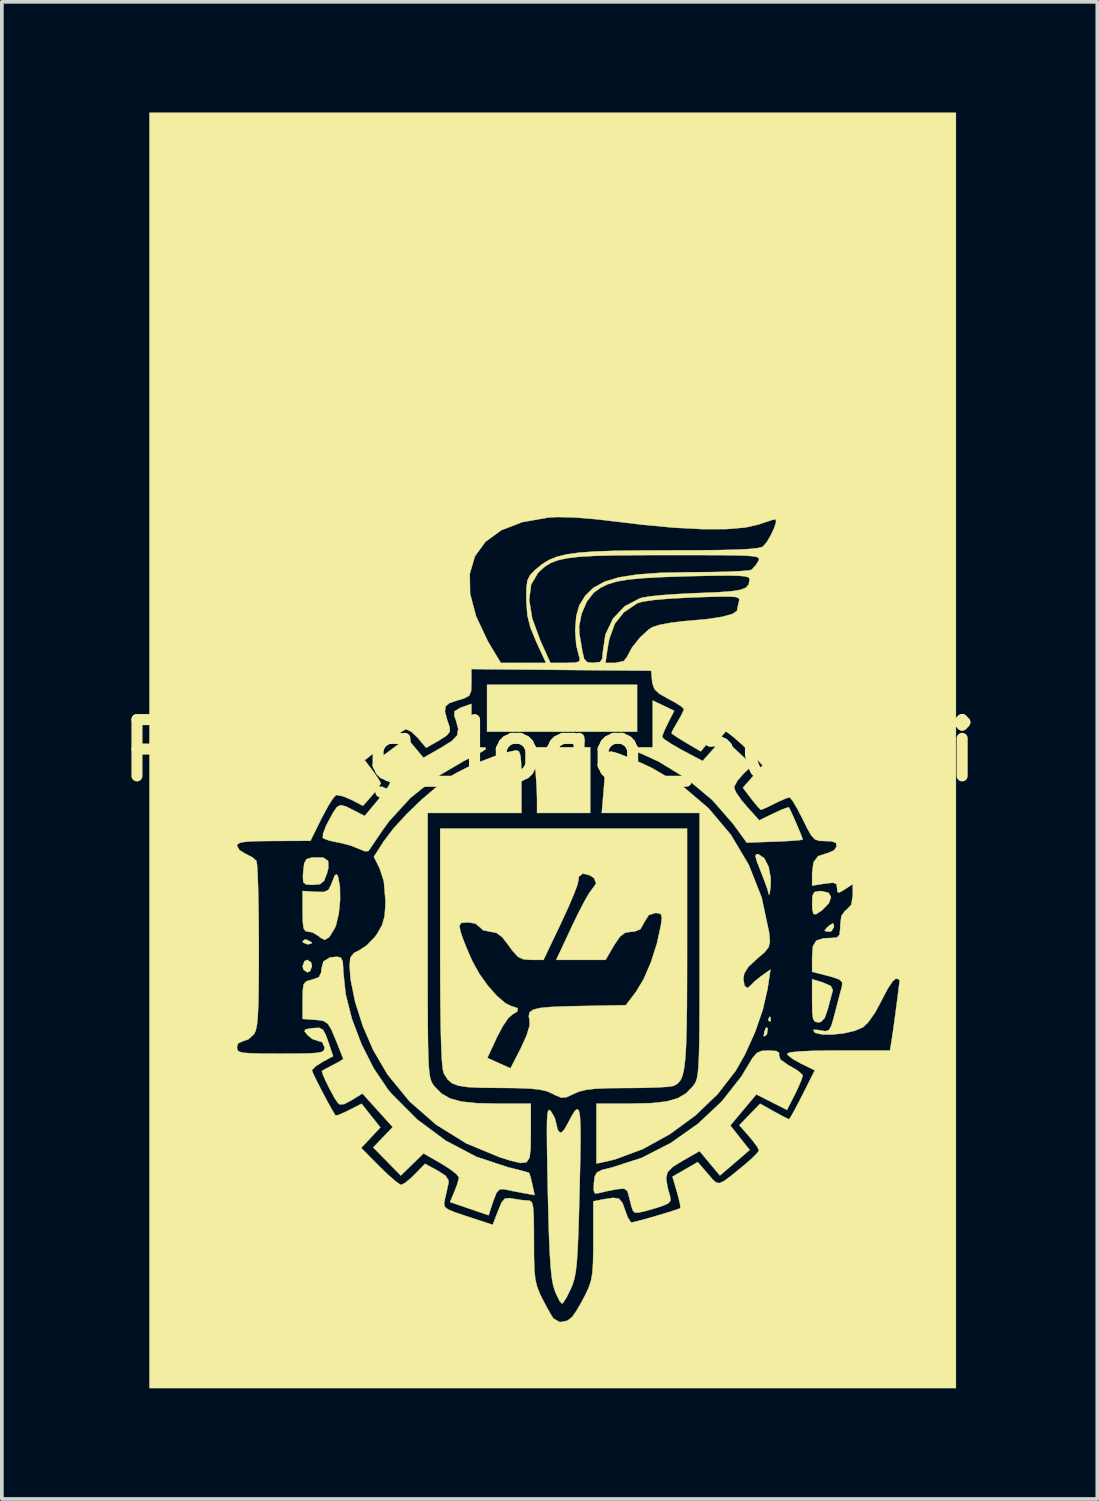
<source format=kicad_pcb>
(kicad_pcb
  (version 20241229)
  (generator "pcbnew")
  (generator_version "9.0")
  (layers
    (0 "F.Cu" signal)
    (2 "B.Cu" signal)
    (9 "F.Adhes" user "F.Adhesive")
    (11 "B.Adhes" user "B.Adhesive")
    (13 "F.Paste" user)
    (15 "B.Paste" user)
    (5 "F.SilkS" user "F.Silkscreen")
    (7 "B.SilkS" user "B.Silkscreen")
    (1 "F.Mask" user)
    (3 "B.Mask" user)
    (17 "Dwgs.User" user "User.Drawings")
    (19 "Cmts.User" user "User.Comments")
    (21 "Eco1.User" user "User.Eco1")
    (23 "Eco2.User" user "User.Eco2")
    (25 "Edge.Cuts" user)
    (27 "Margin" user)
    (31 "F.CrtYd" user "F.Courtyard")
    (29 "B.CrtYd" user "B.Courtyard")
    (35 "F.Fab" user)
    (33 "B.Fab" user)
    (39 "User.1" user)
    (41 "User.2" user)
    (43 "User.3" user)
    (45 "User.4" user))
  (footprint "PŁ_neg_logo_300dpi"
    (layer "F.Cu")
    (at 11.836 17.277)
    (property "Reference" "PŁ_neg_logo_300dpi" (at 0 0 0) (layer "F.SilkS") (effects (font (size 1.524 1.524) (thickness 0.3))))
    (attr through_hole)
    (fp_poly (pts (xy 2.371 -0.508) (xy -1.693 -0.508) (xy -1.693 -1.778) (xy 2.371 -1.778) (xy 2.371 -0.508)) (stroke (width 0.01) (type solid)) (fill yes) (layer "F.SilkS"))
    (fp_poly (pts (xy 5.983 7.225) (xy 5.993 7.325) (xy 5.983 7.338) (xy 5.933 7.326) (xy 5.927 7.281) (xy 5.958 7.212) (xy 5.983 7.225)) (stroke (width 0.01) (type solid)) (fill yes) (layer "F.SilkS"))
    (fp_poly (pts (xy 5.909 7.524) (xy 5.89 7.677) (xy 5.856 7.724) (xy 5.801 7.746) (xy 5.817 7.622) (xy 5.819 7.613) (xy 5.869 7.5) (xy 5.909 7.524)) (stroke (width 0.01) (type solid)) (fill yes) (layer "F.SilkS"))
    (fp_poly (pts (xy -6.562 5.134) (xy -6.45 5.194) (xy -6.435 5.216) (xy -6.504 5.246) (xy -6.562 5.249) (xy -6.674 5.205) (xy -6.689 5.167) (xy -6.627 5.121) (xy -6.562 5.134)) (stroke (width 0.01) (type solid)) (fill yes) (layer "F.SilkS"))
    (fp_poly (pts (xy -6.458 5.743) (xy -6.435 5.842) (xy -6.488 5.98) (xy -6.562 6.011) (xy -6.665 5.941) (xy -6.689 5.842) (xy -6.636 5.704) (xy -6.562 5.673) (xy -6.458 5.743)) (stroke (width 0.01) (type solid)) (fill yes) (layer "F.SilkS"))
    (fp_poly (pts (xy 1.101 1.693) (xy -0.339 1.693) (xy -0.339 1.325) (xy -0.348 1.028) (xy -0.372 0.664) (xy -0.393 0.436) (xy -0.447 -0.085) (xy 1.101 -0.085) (xy 1.101 1.693)) (stroke (width 0.01) (type solid)) (fill yes) (layer "F.SilkS"))
    (fp_poly (pts (xy 7.705 4.76) (xy 7.705 4.773) (xy 7.641 4.892) (xy 7.578 4.911) (xy 7.465 4.893) (xy 7.451 4.879) (xy 7.507 4.806) (xy 7.578 4.741) (xy 7.678 4.682) (xy 7.705 4.76)) (stroke (width 0.01) (type solid)) (fill yes) (layer "F.SilkS"))
    (fp_poly (pts (xy 7.56 3.856) (xy 7.624 3.975) (xy 7.565 4.14) (xy 7.389 4.323) (xy 7.218 4.437) (xy 7.147 4.428) (xy 7.116 4.283) (xy 7.112 4.154) (xy 7.122 3.934) (xy 7.174 3.836) (xy 7.306 3.811) (xy 7.366 3.81) (xy 7.56 3.856)) (stroke (width 0.01) (type solid)) (fill yes) (layer "F.SilkS"))
    (fp_poly (pts (xy 5.658 2.811) (xy 5.817 2.921) (xy 5.934 3.152) (xy 5.991 3.458) (xy 5.989 3.662) (xy 5.966 3.85) (xy 5.946 3.916) (xy 5.939 3.895) (xy 5.9 3.752) (xy 5.813 3.512) (xy 5.721 3.276) (xy 5.616 3.008) (xy 5.577 2.864) (xy 5.601 2.81) (xy 5.658 2.811)) (stroke (width 0.01) (type solid)) (fill yes) (layer "F.SilkS"))
    (fp_poly (pts (xy -6.126 2.904) (xy -5.998 2.994) (xy -5.992 3.188) (xy -6.028 3.327) (xy -6.109 3.533) (xy -6.217 3.622) (xy -6.411 3.641) (xy -6.591 3.632) (xy -6.669 3.576) (xy -6.682 3.424) (xy -6.672 3.281) (xy -6.645 3.053) (xy -6.582 2.944) (xy -6.446 2.904) (xy -6.392 2.899) (xy -6.126 2.904)) (stroke (width 0.01) (type solid)) (fill yes) (layer "F.SilkS"))
    (fp_poly (pts (xy 7.409 6.288) (xy 7.618 6.381) (xy 7.673 6.492) (xy 7.668 6.513) (xy 7.624 6.676) (xy 7.559 6.921) (xy 7.537 7.006) (xy 7.452 7.248) (xy 7.348 7.354) (xy 7.278 7.366) (xy 7.19 7.349) (xy 7.14 7.274) (xy 7.118 7.104) (xy 7.112 6.803) (xy 7.112 6.781) (xy 7.112 6.197) (xy 7.409 6.288)) (stroke (width 0.01) (type solid)) (fill yes) (layer "F.SilkS"))
    (fp_poly (pts (xy -5.73 3.42) (xy -5.679 3.687) (xy -5.673 4.043) (xy -5.709 4.414) (xy -5.782 4.727) (xy -5.821 4.821) (xy -5.964 5.053) (xy -6.089 5.132) (xy -6.217 5.067) (xy -6.248 5.034) (xy -6.422 4.928) (xy -6.523 4.911) (xy -6.613 4.893) (xy -6.663 4.814) (xy -6.684 4.637) (xy -6.689 4.359) (xy -6.689 3.807) (xy -6.338 3.83) (xy -6.112 3.833) (xy -5.991 3.779) (xy -5.913 3.63) (xy -5.888 3.561) (xy -5.817 3.384) (xy -5.766 3.356) (xy -5.73 3.42)) (stroke (width 0.01) (type solid)) (fill yes) (layer "F.SilkS"))
    (fp_poly (pts (xy 3.085 -1.213) (xy 3.377 -1.074) (xy 3.212 -0.752) (xy 3.111 -0.538) (xy 3.053 -0.389) (xy 3.049 -0.363) (xy 3.118 -0.294) (xy 3.302 -0.173) (xy 3.561 -0.025) (xy 3.597 -0.005) (xy 4.146 0.286) (xy 4.422 -0.025) (xy 4.699 -0.335) (xy 5.097 0.033) (xy 5.494 0.4) (xy 5.245 0.639) (xy 5.087 0.822) (xy 5.003 0.98) (xy 4.999 1.011) (xy 5.054 1.142) (xy 5.195 1.344) (xy 5.341 1.518) (xy 5.68 1.893) (xy 6.068 1.705) (xy 6.292 1.602) (xy 6.445 1.546) (xy 6.482 1.543) (xy 6.527 1.629) (xy 6.612 1.814) (xy 6.711 2.041) (xy 6.799 2.253) (xy 6.852 2.391) (xy 6.858 2.414) (xy 6.78 2.43) (xy 6.57 2.447) (xy 6.267 2.464) (xy 6.099 2.47) (xy 5.341 2.498) (xy 4.978 1.997) (xy 4.412 1.347) (xy 3.723 0.771) (xy 2.952 0.3) (xy 2.549 0.115) (xy 2.074 -0.081) (xy 2.434 -0.083) (xy 2.794 -0.085) (xy 2.794 -1.352) (xy 3.085 -1.213)) (stroke (width 0.01) (type solid)) (fill yes) (layer "F.SilkS"))
    (fp_poly (pts (xy 0.796 9.761) (xy 0.824 9.915) (xy 0.837 10.188) (xy 0.839 10.593) (xy 0.83 11.141) (xy 0.814 11.846) (xy 0.813 11.905) (xy 0.795 12.596) (xy 0.777 13.14) (xy 0.759 13.559) (xy 0.737 13.877) (xy 0.71 14.115) (xy 0.676 14.296) (xy 0.633 14.442) (xy 0.578 14.577) (xy 0.575 14.584) (xy 0.463 14.811) (xy 0.371 14.956) (xy 0.336 14.986) (xy 0.273 14.914) (xy 0.183 14.733) (xy 0.14 14.626) (xy 0.096 14.479) (xy 0.06 14.278) (xy 0.031 14.002) (xy 0.006 13.632) (xy -0.015 13.148) (xy -0.033 12.531) (xy -0.047 11.938) (xy -0.061 11.25) (xy -0.069 10.715) (xy -0.072 10.315) (xy -0.069 10.034) (xy -0.058 9.855) (xy -0.039 9.761) (xy -0.012 9.735) (xy 0.025 9.76) (xy 0.037 9.774) (xy 0.141 9.953) (xy 0.171 10.07) (xy 0.216 10.26) (xy 0.247 10.321) (xy 0.313 10.359) (xy 0.401 10.268) (xy 0.499 10.094) (xy 0.605 9.893) (xy 0.688 9.762) (xy 0.751 9.714) (xy 0.796 9.761)) (stroke (width 0.01) (type solid)) (fill yes) (layer "F.SilkS"))
    (fp_poly (pts (xy -2.117 -0.085) (xy -1.841 -0.084) (xy -1.736 -0.075) (xy -1.725 -0.041) (xy -1.825 0.03) (xy -2.051 0.151) (xy -2.329 0.289) (xy -3.087 0.736) (xy -3.773 1.29) (xy -4.348 1.918) (xy -4.534 2.175) (xy -4.704 2.428) (xy -4.838 2.625) (xy -4.907 2.724) (xy -4.908 2.725) (xy -5.005 2.73) (xy -5.165 2.665) (xy -5.387 2.576) (xy -5.671 2.504) (xy -5.737 2.492) (xy -5.969 2.442) (xy -6.12 2.384) (xy -6.143 2.364) (xy -6.134 2.251) (xy -6.059 2.054) (xy -6.018 1.971) (xy -5.865 1.687) (xy -5.756 1.53) (xy -5.655 1.48) (xy -5.522 1.515) (xy -5.352 1.599) (xy -5.008 1.775) (xy -4.663 1.362) (xy -4.484 1.137) (xy -4.359 0.96) (xy -4.318 0.877) (xy -4.367 0.769) (xy -4.488 0.594) (xy -4.52 0.553) (xy -4.722 0.301) (xy -3.864 -0.338) (xy -3.64 -0.07) (xy -3.416 0.199) (xy -2.927 -0.081) (xy -2.648 -0.256) (xy -2.503 -0.408) (xy -2.474 -0.586) (xy -2.542 -0.836) (xy -2.582 -0.942) (xy -2.572 -1.061) (xy -2.419 -1.155) (xy -2.376 -1.171) (xy -2.117 -1.261) (xy -2.117 -0.085)) (stroke (width 0.01) (type solid)) (fill yes) (layer "F.SilkS"))
    (fp_poly (pts (xy 1.757 0.049) (xy 1.931 0.108) (xy 2.211 0.222) (xy 2.555 0.374) (xy 2.788 0.484) (xy 3.596 0.962) (xy 4.309 1.569) (xy 4.913 2.287) (xy 5.396 3.099) (xy 5.745 3.984) (xy 5.946 4.926) (xy 5.952 4.975) (xy 5.968 5.188) (xy 5.932 5.335) (xy 5.817 5.475) (xy 5.622 5.641) (xy 5.387 5.86) (xy 5.273 6.043) (xy 5.249 6.191) (xy 5.282 6.377) (xy 5.363 6.436) (xy 5.459 6.354) (xy 5.557 6.253) (xy 5.73 6.115) (xy 5.746 6.104) (xy 5.983 5.936) (xy 5.905 6.46) (xy 5.778 7.017) (xy 5.566 7.631) (xy 5.294 8.234) (xy 5.042 8.677) (xy 4.557 9.305) (xy 3.952 9.886) (xy 3.263 10.391) (xy 2.53 10.796) (xy 1.789 11.072) (xy 1.545 11.132) (xy 1.27 11.189) (xy 1.27 9.567) (xy 2.204 9.567) (xy 2.751 9.554) (xy 3.162 9.509) (xy 3.467 9.423) (xy 3.698 9.288) (xy 3.88 9.101) (xy 3.925 9.04) (xy 3.962 8.974) (xy 3.991 8.884) (xy 4.015 8.756) (xy 4.032 8.573) (xy 4.045 8.319) (xy 4.054 7.978) (xy 4.06 7.535) (xy 4.063 6.973) (xy 4.064 6.276) (xy 4.064 5.429) (xy 4.064 5.28) (xy 4.064 1.693) (xy 1.414 1.693) (xy 1.469 1.046) (xy 1.496 0.704) (xy 1.515 0.405) (xy 1.524 0.21) (xy 1.524 0.197) (xy 1.546 0.058) (xy 1.647 0.029) (xy 1.757 0.049)) (stroke (width 0.01) (type solid)) (fill yes) (layer "F.SilkS"))
    (fp_poly (pts (xy 6.146 8.143) (xy 6.221 8.197) (xy 6.213 8.25) (xy 6.254 8.373) (xy 6.46 8.52) (xy 6.512 8.548) (xy 6.719 8.67) (xy 6.842 8.777) (xy 6.858 8.81) (xy 6.822 8.928) (xy 6.73 9.141) (xy 6.645 9.317) (xy 6.431 9.738) (xy 6.016 9.527) (xy 5.601 9.317) (xy 5.248 9.738) (xy 4.896 10.159) (xy 5.158 10.491) (xy 5.421 10.822) (xy 5.018 11.168) (xy 4.614 11.514) (xy 4.338 11.183) (xy 4.063 10.853) (xy 3.595 11.12) (xy 3.339 11.279) (xy 3.198 11.42) (xy 3.157 11.593) (xy 3.199 11.846) (xy 3.265 12.08) (xy 3.278 12.192) (xy 3.213 12.272) (xy 3.037 12.346) (xy 2.872 12.398) (xy 2.575 12.483) (xy 2.401 12.521) (xy 2.31 12.517) (xy 2.263 12.475) (xy 2.259 12.467) (xy 2.217 12.347) (xy 2.165 12.141) (xy 2.161 12.121) (xy 2.109 11.937) (xy 2.023 11.87) (xy 1.844 11.883) (xy 1.791 11.892) (xy 1.54 11.941) (xy 1.342 11.988) (xy 1.328 11.992) (xy 1.229 11.999) (xy 1.194 11.912) (xy 1.201 11.719) (xy 1.224 11.537) (xy 1.284 11.43) (xy 1.423 11.362) (xy 1.683 11.297) (xy 1.7 11.293) (xy 2.5 11.034) (xy 3.284 10.632) (xy 4.017 10.115) (xy 4.665 9.507) (xy 5.194 8.834) (xy 5.347 8.583) (xy 5.497 8.331) (xy 5.615 8.195) (xy 5.745 8.139) (xy 5.932 8.128) (xy 6.146 8.143)) (stroke (width 0.01) (type solid)) (fill yes) (layer "F.SilkS"))
    (fp_poly (pts (xy -0.831 0.026) (xy -0.793 0.124) (xy -0.771 0.321) (xy -0.763 0.646) (xy -0.762 0.847) (xy -0.762 1.693) (xy -3.302 1.693) (xy -3.302 5.28) (xy -3.302 6.153) (xy -3.301 6.873) (xy -3.298 7.455) (xy -3.293 7.916) (xy -3.285 8.271) (xy -3.273 8.538) (xy -3.256 8.731) (xy -3.234 8.867) (xy -3.205 8.961) (xy -3.169 9.031) (xy -3.126 9.091) (xy -3.118 9.101) (xy -2.931 9.292) (xy -2.699 9.426) (xy -2.392 9.511) (xy -1.978 9.555) (xy -1.442 9.567) (xy -0.508 9.567) (xy -0.508 10.372) (xy -0.512 10.774) (xy -0.541 11.028) (xy -0.624 11.155) (xy -0.788 11.175) (xy -1.061 11.11) (xy -1.355 11.018) (xy -2.255 10.645) (xy -3.073 10.137) (xy -3.791 9.509) (xy -4.391 8.775) (xy -4.778 8.114) (xy -5.058 7.466) (xy -5.266 6.814) (xy -5.389 6.206) (xy -5.417 5.831) (xy -5.396 5.611) (xy -5.299 5.487) (xy -5.157 5.415) (xy -4.949 5.277) (xy -4.737 5.058) (xy -4.67 4.967) (xy -4.539 4.735) (xy -4.47 4.5) (xy -4.446 4.191) (xy -4.445 4.071) (xy -4.489 3.546) (xy -4.602 3.197) (xy -4.76 2.88) (xy -4.492 2.462) (xy -4.228 2.114) (xy -3.865 1.718) (xy -3.45 1.319) (xy -3.025 0.958) (xy -2.638 0.677) (xy -2.535 0.615) (xy -2.227 0.458) (xy -1.865 0.3) (xy -1.496 0.16) (xy -1.169 0.054) (xy -0.932 0.003) (xy -0.892 0) (xy -0.831 0.026)) (stroke (width 0.01) (type solid)) (fill yes) (layer "F.SilkS"))
    (fp_poly (pts (xy -5.651 5.614) (xy -5.602 5.72) (xy -5.587 5.947) (xy -5.587 5.99) (xy -5.524 6.6) (xy -5.354 7.272) (xy -5.094 7.958) (xy -4.765 8.608) (xy -4.385 9.174) (xy -4.285 9.295) (xy -3.589 9.994) (xy -2.812 10.571) (xy -1.978 11.009) (xy -1.114 11.294) (xy -1.113 11.294) (xy -0.835 11.362) (xy -0.632 11.417) (xy -0.552 11.446) (xy -0.52 11.538) (xy -0.473 11.729) (xy -0.466 11.759) (xy -0.405 12.045) (xy -0.732 11.986) (xy -0.993 11.936) (xy -1.209 11.89) (xy -1.232 11.885) (xy -1.35 11.887) (xy -1.438 11.984) (xy -1.527 12.211) (xy -1.529 12.217) (xy -1.651 12.591) (xy -2.696 12.234) (xy -2.576 11.949) (xy -2.495 11.734) (xy -2.456 11.578) (xy -2.455 11.565) (xy -2.524 11.475) (xy -2.702 11.337) (xy -2.935 11.19) (xy -3.414 10.915) (xy -3.722 11.215) (xy -4.029 11.515) (xy -4.776 10.754) (xy -4.512 10.478) (xy -4.248 10.202) (xy -4.659 9.748) (xy -5.069 9.293) (xy -5.36 9.473) (xy -5.565 9.581) (xy -5.685 9.588) (xy -5.736 9.546) (xy -5.827 9.408) (xy -5.941 9.2) (xy -6.053 8.977) (xy -6.137 8.788) (xy -6.167 8.686) (xy -6.165 8.681) (xy -6.079 8.631) (xy -5.902 8.538) (xy -5.863 8.518) (xy -5.684 8.422) (xy -5.592 8.363) (xy -5.588 8.359) (xy -5.618 8.277) (xy -5.695 8.082) (xy -5.795 7.832) (xy -5.912 7.557) (xy -6.007 7.402) (xy -6.119 7.33) (xy -6.287 7.302) (xy -6.345 7.298) (xy -6.689 7.272) (xy -6.689 6.766) (xy -6.684 6.485) (xy -6.658 6.329) (xy -6.589 6.253) (xy -6.457 6.215) (xy -6.435 6.21) (xy -6.251 6.144) (xy -6.185 6.012) (xy -6.181 5.925) (xy -6.125 5.715) (xy -5.949 5.608) (xy -5.75 5.588) (xy -5.651 5.614)) (stroke (width 0.01) (type solid)) (fill yes) (layer "F.SilkS"))
    (fp_poly (pts (xy 3.725 5.338) (xy 3.724 6.217) (xy 3.721 6.941) (xy 3.712 7.527) (xy 3.698 7.991) (xy 3.676 8.348) (xy 3.645 8.613) (xy 3.603 8.802) (xy 3.549 8.93) (xy 3.48 9.014) (xy 3.396 9.068) (xy 3.341 9.091) (xy 3.208 9.111) (xy 2.942 9.127) (xy 2.58 9.139) (xy 2.158 9.144) (xy 2.085 9.144) (xy 1.595 9.148) (xy 1.239 9.164) (xy 0.984 9.194) (xy 0.795 9.242) (xy 0.666 9.298) (xy 0.461 9.392) (xy 0.318 9.404) (xy 0.149 9.336) (xy 0.078 9.298) (xy -0.074 9.232) (xy -0.263 9.188) (xy -0.524 9.16) (xy -0.89 9.146) (xy -1.353 9.141) (xy -1.856 9.136) (xy -2.219 9.119) (xy -2.471 9.081) (xy -2.641 9.016) (xy -2.758 8.915) (xy -2.852 8.771) (xy -2.865 8.747) (xy -2.893 8.632) (xy -2.916 8.397) (xy -2.934 8.032) (xy -2.948 7.531) (xy -2.957 6.884) (xy -2.962 6.083) (xy -2.963 5.34) (xy -2.963 4.742) (xy -2.442 4.742) (xy -2.417 4.889) (xy -2.354 5.082) (xy -2.241 5.367) (xy -2.103 5.684) (xy -2.098 5.695) (xy -1.911 6.036) (xy -1.679 6.364) (xy -1.429 6.647) (xy -1.193 6.85) (xy -1.001 6.941) (xy -0.976 6.943) (xy -0.86 6.984) (xy -0.874 7.072) (xy -1.004 7.15) (xy -1.117 7.25) (xy -1.264 7.465) (xy -1.417 7.753) (xy -1.423 7.765) (xy -1.685 8.329) (xy -1.372 8.47) (xy -1.058 8.611) (xy -0.777 8.063) (xy -0.621 7.719) (xy -0.542 7.455) (xy -0.54 7.334) (xy -0.563 7.194) (xy -0.538 7.092) (xy -0.441 7.021) (xy -0.253 6.975) (xy 0.049 6.947) (xy 0.487 6.931) (xy 0.804 6.924) (xy 2.066 6.9) (xy 2.343 6.537) (xy 2.549 6.193) (xy 2.745 5.738) (xy 2.909 5.227) (xy 3.017 4.73) (xy 3.042 4.519) (xy 3.009 4.426) (xy 2.897 4.403) (xy 2.866 4.403) (xy 2.689 4.458) (xy 2.57 4.646) (xy 2.566 4.657) (xy 2.461 4.842) (xy 2.298 4.907) (xy 2.217 4.911) (xy 2.046 4.937) (xy 1.91 5.04) (xy 1.76 5.257) (xy 1.74 5.292) (xy 1.517 5.673) (xy 0.181 5.673) (xy 0.606 4.763) (xy 0.783 4.397) (xy 0.946 4.084) (xy 1.076 3.859) (xy 1.151 3.758) (xy 1.262 3.605) (xy 1.205 3.46) (xy 1.099 3.386) (xy 0.904 3.333) (xy 0.795 3.417) (xy 0.779 3.537) (xy 0.746 3.665) (xy 0.652 3.912) (xy 0.511 4.243) (xy 0.336 4.624) (xy 0.311 4.678) (xy -0.163 5.673) (xy -0.501 5.673) (xy -0.709 5.658) (xy -0.857 5.589) (xy -1.002 5.43) (xy -1.101 5.292) (xy -1.284 5.055) (xy -1.442 4.94) (xy -1.604 4.911) (xy -1.799 4.87) (xy -1.893 4.784) (xy -2.011 4.688) (xy -2.208 4.657) (xy -2.388 4.67) (xy -2.442 4.742) (xy -2.963 4.742) (xy -2.963 2.117) (xy 3.725 2.117) (xy 3.725 5.338)) (stroke (width 0.01) (type solid)) (fill yes) (layer "F.SilkS"))
    (fp_poly (pts (xy 11.007 17.272) (xy -10.837 17.272) (xy -10.837 2.584) (xy -8.467 2.584) (xy -8.396 2.704) (xy -8.236 2.801) (xy -8.045 2.898) (xy -7.941 2.99) (xy -7.923 3.099) (xy -7.908 3.353) (xy -7.894 3.73) (xy -7.884 4.205) (xy -7.878 4.756) (xy -7.875 5.294) (xy -7.876 5.981) (xy -7.881 6.52) (xy -7.89 6.928) (xy -7.905 7.228) (xy -7.926 7.437) (xy -7.956 7.578) (xy -7.994 7.668) (xy -8.006 7.686) (xy -8.162 7.828) (xy -8.302 7.874) (xy -8.44 7.936) (xy -8.467 8.043) (xy -8.458 8.11) (xy -8.414 8.157) (xy -8.309 8.187) (xy -8.118 8.203) (xy -7.813 8.211) (xy -7.369 8.213) (xy -7.281 8.213) (xy -6.812 8.211) (xy -6.487 8.205) (xy -6.278 8.19) (xy -6.161 8.163) (xy -6.109 8.119) (xy -6.096 8.056) (xy -6.096 8.043) (xy -6.157 7.901) (xy -6.252 7.874) (xy -6.427 7.815) (xy -6.553 7.714) (xy -6.638 7.605) (xy -6.607 7.554) (xy -6.433 7.524) (xy -6.414 7.522) (xy -6.242 7.513) (xy -6.138 7.564) (xy -6.059 7.713) (xy -5.997 7.886) (xy -5.863 8.282) (xy -6.149 8.436) (xy -6.333 8.554) (xy -6.43 8.652) (xy -6.435 8.668) (xy -6.398 8.764) (xy -6.302 8.962) (xy -6.172 9.217) (xy -6.031 9.483) (xy -5.903 9.715) (xy -5.812 9.867) (xy -5.795 9.891) (xy -5.715 9.872) (xy -5.536 9.795) (xy -5.433 9.744) (xy -5.092 9.57) (xy -4.838 9.891) (xy -4.583 10.212) (xy -4.843 10.49) (xy -5.102 10.767) (xy -4.607 11.268) (xy -4.368 11.499) (xy -4.168 11.673) (xy -4.04 11.763) (xy -4.02 11.769) (xy -3.91 11.712) (xy -3.739 11.569) (xy -3.651 11.483) (xy -3.374 11.197) (xy -3.038 11.377) (xy -2.82 11.517) (xy -2.736 11.644) (xy -2.739 11.726) (xy -2.785 11.935) (xy -2.834 12.151) (xy -2.857 12.277) (xy -2.836 12.364) (xy -2.744 12.436) (xy -2.549 12.516) (xy -2.224 12.625) (xy -2.216 12.627) (xy -1.539 12.849) (xy -1.394 12.47) (xy -1.298 12.242) (xy -1.212 12.14) (xy -1.09 12.125) (xy -0.995 12.141) (xy -0.756 12.179) (xy -0.582 12.192) (xy -0.517 12.204) (xy -0.473 12.257) (xy -0.445 12.378) (xy -0.43 12.594) (xy -0.424 12.932) (xy -0.423 13.295) (xy -0.421 13.758) (xy -0.41 14.091) (xy -0.384 14.333) (xy -0.338 14.525) (xy -0.267 14.706) (xy -0.202 14.841) (xy -0.066 15.1) (xy 0.051 15.306) (xy 0.105 15.388) (xy 0.277 15.486) (xy 0.482 15.448) (xy 0.612 15.346) (xy 0.722 15.189) (xy 0.866 14.943) (xy 0.964 14.756) (xy 1.058 14.555) (xy 1.121 14.369) (xy 1.159 14.157) (xy 1.178 13.877) (xy 1.185 13.489) (xy 1.185 13.264) (xy 1.185 12.213) (xy 1.45 12.16) (xy 1.724 12.118) (xy 1.883 12.144) (xy 1.979 12.264) (xy 2.042 12.446) (xy 2.122 12.656) (xy 2.2 12.775) (xy 2.223 12.785) (xy 2.334 12.762) (xy 2.553 12.704) (xy 2.83 12.626) (xy 3.116 12.541) (xy 3.361 12.464) (xy 3.516 12.411) (xy 3.543 12.398) (xy 3.538 12.31) (xy 3.493 12.112) (xy 3.451 11.959) (xy 3.329 11.545) (xy 3.672 11.348) (xy 4.014 11.151) (xy 4.291 11.472) (xy 4.416 11.619) (xy 4.51 11.704) (xy 4.606 11.72) (xy 4.735 11.659) (xy 4.93 11.512) (xy 5.223 11.272) (xy 5.271 11.234) (xy 5.483 11.05) (xy 5.628 10.902) (xy 5.673 10.832) (xy 5.621 10.73) (xy 5.49 10.554) (xy 5.406 10.455) (xy 5.14 10.152) (xy 5.421 9.861) (xy 5.703 9.57) (xy 6.08 9.78) (xy 6.3 9.9) (xy 6.45 9.976) (xy 6.487 9.991) (xy 6.536 9.92) (xy 6.641 9.733) (xy 6.783 9.462) (xy 6.851 9.327) (xy 7.185 8.664) (xy 6.81 8.482) (xy 6.592 8.36) (xy 6.457 8.254) (xy 6.435 8.214) (xy 6.518 8.179) (xy 6.759 8.153) (xy 7.149 8.136) (xy 7.676 8.128) (xy 7.828 8.128) (xy 9.221 8.128) (xy 9.266 7.853) (xy 9.294 7.665) (xy 9.334 7.385) (xy 9.378 7.058) (xy 9.421 6.732) (xy 9.456 6.452) (xy 9.478 6.266) (xy 9.483 6.217) (xy 9.415 6.184) (xy 9.377 6.182) (xy 9.292 6.255) (xy 9.166 6.444) (xy 9.023 6.713) (xy 8.999 6.763) (xy 8.814 7.107) (xy 8.624 7.373) (xy 8.491 7.498) (xy 8.274 7.592) (xy 7.981 7.66) (xy 7.667 7.696) (xy 7.388 7.694) (xy 7.2 7.65) (xy 7.172 7.629) (xy 7.143 7.569) (xy 7.25 7.569) (xy 7.335 7.584) (xy 7.476 7.605) (xy 7.566 7.576) (xy 7.631 7.464) (xy 7.699 7.234) (xy 7.734 7.099) (xy 7.813 6.791) (xy 7.883 6.529) (xy 7.921 6.389) (xy 7.927 6.281) (xy 7.85 6.205) (xy 7.654 6.136) (xy 7.541 6.106) (xy 7.112 5.996) (xy 7.112 5.589) (xy 7.134 5.306) (xy 7.223 5.152) (xy 7.417 5.089) (xy 7.627 5.08) (xy 7.786 5.066) (xy 7.856 4.991) (xy 7.874 4.806) (xy 7.874 4.744) (xy 7.903 4.488) (xy 8.002 4.344) (xy 8.043 4.318) (xy 8.173 4.179) (xy 8.213 3.929) (xy 8.213 3.924) (xy 8.213 3.621) (xy 8.001 3.76) (xy 7.853 3.848) (xy 7.797 3.832) (xy 7.789 3.726) (xy 7.77 3.619) (xy 7.683 3.583) (xy 7.48 3.603) (xy 7.451 3.608) (xy 7.112 3.662) (xy 7.112 3.323) (xy 7.148 3.032) (xy 7.275 2.863) (xy 7.519 2.783) (xy 7.534 2.781) (xy 7.708 2.705) (xy 7.774 2.603) (xy 7.761 2.506) (xy 7.647 2.463) (xy 7.473 2.455) (xy 7.305 2.449) (xy 7.187 2.408) (xy 7.087 2.301) (xy 6.972 2.096) (xy 6.858 1.863) (xy 6.714 1.583) (xy 6.59 1.374) (xy 6.51 1.274) (xy 6.5 1.27) (xy 6.386 1.306) (xy 6.185 1.395) (xy 6.096 1.439) (xy 5.887 1.542) (xy 5.751 1.602) (xy 5.728 1.609) (xy 5.66 1.548) (xy 5.531 1.394) (xy 5.465 1.31) (xy 5.237 1.011) (xy 5.504 0.706) (xy 5.771 0.402) (xy 5.447 0.067) (xy 5.211 -0.162) (xy 4.977 -0.367) (xy 4.879 -0.443) (xy 4.636 -0.619) (xy 4.366 -0.297) (xy 4.095 0.025) (xy 3.699 -0.207) (xy 3.479 -0.341) (xy 3.335 -0.439) (xy 3.302 -0.472) (xy 3.342 -0.558) (xy 3.44 -0.73) (xy 3.471 -0.781) (xy 3.58 -0.975) (xy 3.638 -1.106) (xy 3.64 -1.12) (xy 3.571 -1.19) (xy 3.393 -1.303) (xy 3.223 -1.394) (xy 2.973 -1.535) (xy 2.841 -1.661) (xy 2.786 -1.818) (xy 2.778 -1.882) (xy 2.752 -2.159) (xy 0.318 -2.181) (xy -2.117 -2.204) (xy -2.117 -1.833) (xy -2.125 -1.605) (xy -2.178 -1.481) (xy -2.321 -1.407) (xy -2.497 -1.355) (xy -2.71 -1.284) (xy -2.818 -1.196) (xy -2.834 -1.05) (xy -2.768 -0.807) (xy -2.708 -0.635) (xy -2.699 -0.513) (xy -2.789 -0.401) (xy -2.996 -0.268) (xy -3.344 -0.071) (xy -3.571 -0.343) (xy -3.739 -0.504) (xy -3.879 -0.572) (xy -3.91 -0.568) (xy -4.028 -0.494) (xy -4.234 -0.344) (xy -4.487 -0.149) (xy -4.514 -0.128) (xy -5.007 0.265) (xy -4.789 0.55) (xy -4.655 0.739) (xy -4.578 0.871) (xy -4.572 0.893) (xy -4.623 0.987) (xy -4.751 1.154) (xy -4.813 1.225) (xy -5.053 1.499) (xy -5.371 1.336) (xy -5.59 1.243) (xy -5.755 1.208) (xy -5.786 1.212) (xy -5.868 1.302) (xy -5.997 1.506) (xy -6.147 1.783) (xy -6.181 1.85) (xy -6.477 2.448) (xy -7.472 2.452) (xy -7.904 2.457) (xy -8.193 2.469) (xy -8.366 2.494) (xy -8.448 2.534) (xy -8.467 2.584) (xy -10.837 2.584) (xy -10.837 -4.786) (xy -2.161 -4.786) (xy -2.152 -4.243) (xy -1.991 -3.634) (xy -1.676 -2.966) (xy -1.588 -2.815) (xy -1.319 -2.371) (xy -0.095 -2.371) (xy -0.36 -2.942) (xy -0.518 -3.325) (xy -0.601 -3.659) (xy -0.629 -4.033) (xy -0.63 -4.079) (xy -0.552 -4.079) (xy -0.47 -3.575) (xy -0.254 -2.986) (xy -0.254 -2.985) (xy 0.023 -2.371) (xy 0.444 -2.371) (xy 0.691 -2.378) (xy 0.805 -2.41) (xy 0.819 -2.48) (xy 0.806 -2.519) (xy 0.722 -2.855) (xy 0.694 -3.252) (xy 0.702 -3.352) (xy 0.799 -3.352) (xy 0.809 -3.149) (xy 0.841 -2.971) (xy 0.882 -2.724) (xy 0.888 -2.688) (xy 0.937 -2.479) (xy 1.024 -2.389) (xy 1.189 -2.371) (xy 1.514 -2.371) (xy 1.775 -2.371) (xy 2.006 -2.419) (xy 2.09 -2.519) (xy 2.234 -2.788) (xy 2.457 -3.067) (xy 2.7 -3.287) (xy 2.787 -3.34) (xy 2.976 -3.401) (xy 3.282 -3.458) (xy 3.651 -3.503) (xy 3.819 -3.516) (xy 4.308 -3.562) (xy 4.694 -3.624) (xy 4.957 -3.698) (xy 5.076 -3.78) (xy 5.081 -3.799) (xy 5.102 -3.916) (xy 5.128 -4.022) (xy 5.139 -4.086) (xy 5.116 -4.13) (xy 5.035 -4.157) (xy 4.872 -4.169) (xy 4.602 -4.167) (xy 4.203 -4.156) (xy 3.878 -4.144) (xy 3.288 -4.115) (xy 2.829 -4.076) (xy 2.512 -4.029) (xy 2.371 -3.985) (xy 2.009 -3.739) (xy 1.767 -3.432) (xy 1.619 -3.024) (xy 1.572 -2.773) (xy 1.514 -2.371) (xy 1.189 -2.371) (xy 1.364 -2.391) (xy 1.43 -2.486) (xy 1.439 -2.636) (xy 1.512 -3.136) (xy 1.717 -3.568) (xy 2.035 -3.905) (xy 2.447 -4.12) (xy 2.518 -4.14) (xy 2.718 -4.173) (xy 3.047 -4.207) (xy 3.463 -4.236) (xy 3.924 -4.26) (xy 4.055 -4.264) (xy 4.565 -4.285) (xy 4.93 -4.312) (xy 5.173 -4.351) (xy 5.32 -4.409) (xy 5.393 -4.494) (xy 5.416 -4.611) (xy 5.417 -4.646) (xy 5.392 -4.686) (xy 5.303 -4.714) (xy 5.13 -4.731) (xy 4.853 -4.737) (xy 4.452 -4.734) (xy 3.906 -4.722) (xy 3.747 -4.718) (xy 3.07 -4.696) (xy 2.539 -4.667) (xy 2.128 -4.628) (xy 1.814 -4.574) (xy 1.571 -4.5) (xy 1.376 -4.403) (xy 1.204 -4.278) (xy 1.194 -4.27) (xy 1.007 -4.029) (xy 0.866 -3.697) (xy 0.799 -3.352) (xy 0.702 -3.352) (xy 0.723 -3.637) (xy 0.804 -3.925) (xy 0.968 -4.193) (xy 1.189 -4.406) (xy 1.486 -4.569) (xy 1.876 -4.687) (xy 2.377 -4.766) (xy 3.008 -4.811) (xy 3.787 -4.827) (xy 3.891 -4.827) (xy 4.38 -4.831) (xy 4.812 -4.841) (xy 5.157 -4.856) (xy 5.387 -4.874) (xy 5.469 -4.891) (xy 5.583 -5.013) (xy 5.652 -5.122) (xy 5.673 -5.17) (xy 5.669 -5.208) (xy 5.624 -5.237) (xy 5.519 -5.259) (xy 5.338 -5.274) (xy 5.063 -5.283) (xy 4.677 -5.289) (xy 4.164 -5.291) (xy 3.505 -5.292) (xy 3.188 -5.292) (xy 2.382 -5.29) (xy 1.726 -5.283) (xy 1.201 -5.269) (xy 0.789 -5.244) (xy 0.47 -5.206) (xy 0.226 -5.152) (xy 0.037 -5.081) (xy -0.115 -4.988) (xy -0.25 -4.872) (xy -0.313 -4.808) (xy -0.5 -4.492) (xy -0.552 -4.079) (xy -0.63 -4.079) (xy -0.63 -4.092) (xy -0.627 -4.405) (xy -0.6 -4.604) (xy -0.531 -4.744) (xy -0.401 -4.879) (xy -0.363 -4.913) (xy -0.196 -5.049) (xy -0.017 -5.158) (xy 0.193 -5.244) (xy 0.455 -5.309) (xy 0.787 -5.356) (xy 1.21 -5.388) (xy 1.744 -5.407) (xy 2.408 -5.416) (xy 3.217 -5.419) (xy 3.981 -5.421) (xy 4.591 -5.427) (xy 5.059 -5.439) (xy 5.4 -5.456) (xy 5.627 -5.48) (xy 5.754 -5.51) (xy 5.781 -5.524) (xy 5.883 -5.643) (xy 5.992 -5.827) (xy 6.084 -6.026) (xy 6.136 -6.188) (xy 6.124 -6.263) (xy 6.118 -6.264) (xy 6.006 -6.236) (xy 5.796 -6.167) (xy 5.673 -6.123) (xy 5.303 -6.038) (xy 4.785 -5.995) (xy 4.134 -5.994) (xy 3.366 -6.034) (xy 2.497 -6.116) (xy 1.99 -6.177) (xy 1.259 -6.263) (xy 0.674 -6.311) (xy 0.216 -6.322) (xy -0.035 -6.308) (xy -0.741 -6.184) (xy -1.309 -5.964) (xy -1.737 -5.653) (xy -2.022 -5.258) (xy -2.161 -4.786) (xy -10.837 -4.786) (xy -10.837 -17.272) (xy 11.007 -17.272) (xy 11.007 17.272)) (stroke (width 0.01) (type solid)) (fill yes) (layer "F.SilkS")))
  (gr_rect
    (start -3 -3)
    (end 26.673 37.554)
    (stroke (width 0.1) (type default))
    (fill no)
    (layer "Edge.Cuts")))
</source>
